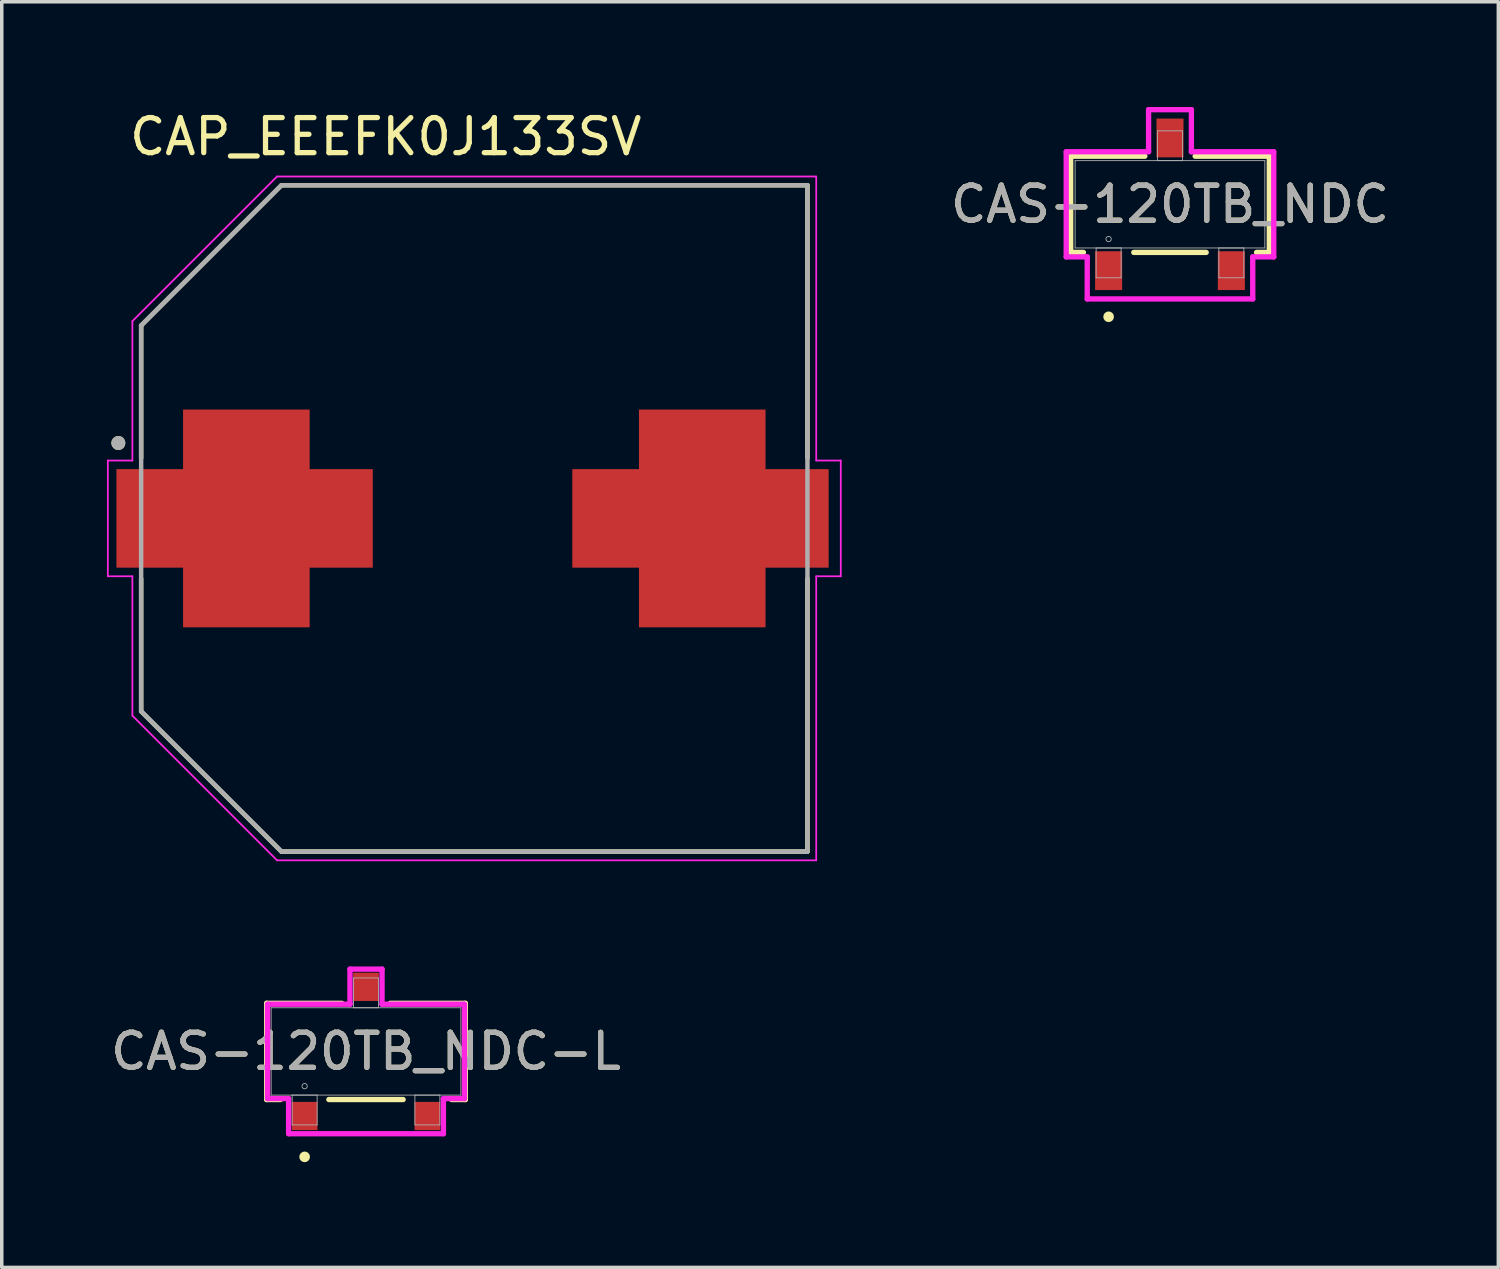
<source format=kicad_pcb>
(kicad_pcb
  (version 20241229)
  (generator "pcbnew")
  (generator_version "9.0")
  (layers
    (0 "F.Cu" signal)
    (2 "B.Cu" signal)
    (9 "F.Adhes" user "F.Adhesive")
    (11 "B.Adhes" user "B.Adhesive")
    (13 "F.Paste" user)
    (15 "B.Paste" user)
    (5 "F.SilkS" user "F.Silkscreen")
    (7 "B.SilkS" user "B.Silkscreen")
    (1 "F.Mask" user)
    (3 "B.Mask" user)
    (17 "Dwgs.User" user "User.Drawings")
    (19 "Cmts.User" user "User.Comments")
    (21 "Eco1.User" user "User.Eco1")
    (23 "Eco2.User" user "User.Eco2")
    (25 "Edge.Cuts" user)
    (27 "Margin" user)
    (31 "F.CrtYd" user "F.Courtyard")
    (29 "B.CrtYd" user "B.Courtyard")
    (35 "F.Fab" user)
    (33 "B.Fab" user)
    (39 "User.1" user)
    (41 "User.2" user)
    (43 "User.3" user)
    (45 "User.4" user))
  (footprint "CAS-120TB_NDC-L"
    (layer "F.Cu")
    (at 7.387 26.932)
    (property "Reference" "CAS-120TB_NDC-L" (at 0 0 0) (unlocked yes) (layer "F.SilkS") (effects (font (size 1 1) (thickness 0.15))))
    (attr smd)
    (fp_line (start -2.832 -1.372) (end -2.832 1.372) (stroke (width 0.152) (type solid)) (layer "F.SilkS"))
    (fp_line (start -2.832 1.372) (end -2.441 1.372) (stroke (width 0.152) (type solid)) (layer "F.SilkS"))
    (fp_line (start -1.059 1.372) (end 1.059 1.372) (stroke (width 0.152) (type solid)) (layer "F.SilkS"))
    (fp_line (start -0.691 -1.372) (end -2.832 -1.372) (stroke (width 0.152) (type solid)) (layer "F.SilkS"))
    (fp_line (start 2.441 1.372) (end 2.832 1.372) (stroke (width 0.152) (type solid)) (layer "F.SilkS"))
    (fp_line (start 2.832 -1.372) (end 0.691 -1.372) (stroke (width 0.152) (type solid)) (layer "F.SilkS"))
    (fp_line (start 2.832 1.372) (end 2.832 -1.372) (stroke (width 0.152) (type solid)) (layer "F.SilkS"))
    (fp_circle (center -1.75 3.007) (end -1.674 3.007) (stroke (width 0.152) (type solid)) (fill no) (layer "F.SilkS"))
    (fp_line (start -2.807 -1.346) (end -0.457 -1.346) (stroke (width 0.152) (type solid)) (layer "F.CrtYd"))
    (fp_line (start -2.807 1.346) (end -2.807 -1.346) (stroke (width 0.152) (type solid)) (layer "F.CrtYd"))
    (fp_line (start -2.807 1.346) (end -2.207 1.346) (stroke (width 0.152) (type solid)) (layer "F.CrtYd"))
    (fp_line (start -2.207 1.346) (end -2.207 2.347) (stroke (width 0.152) (type solid)) (layer "F.CrtYd"))
    (fp_line (start -2.207 2.347) (end 2.207 2.347) (stroke (width 0.152) (type solid)) (layer "F.CrtYd"))
    (fp_line (start -0.457 -2.347) (end 0.457 -2.347) (stroke (width 0.152) (type solid)) (layer "F.CrtYd"))
    (fp_line (start -0.457 -1.346) (end -0.457 -2.347) (stroke (width 0.152) (type solid)) (layer "F.CrtYd"))
    (fp_line (start 0.457 -1.346) (end 0.457 -2.347) (stroke (width 0.152) (type solid)) (layer "F.CrtYd"))
    (fp_line (start 2.207 1.346) (end 2.207 2.347) (stroke (width 0.152) (type solid)) (layer "F.CrtYd"))
    (fp_line (start 2.807 -1.346) (end 0.457 -1.346) (stroke (width 0.152) (type solid)) (layer "F.CrtYd"))
    (fp_line (start 2.807 -1.346) (end 2.807 1.346) (stroke (width 0.152) (type solid)) (layer "F.CrtYd"))
    (fp_line (start 2.807 1.346) (end 2.207 1.346) (stroke (width 0.152) (type solid)) (layer "F.CrtYd"))
    (fp_line (start -2.705 -1.245) (end -2.705 1.245) (stroke (width 0.025) (type solid)) (layer "F.Fab"))
    (fp_line (start -2.705 1.245) (end 2.705 1.245) (stroke (width 0.025) (type solid)) (layer "F.Fab"))
    (fp_line (start -2.106 1.245) (end -2.106 2.095) (stroke (width 0.025) (type solid)) (layer "F.Fab"))
    (fp_line (start -2.106 2.095) (end -1.394 2.095) (stroke (width 0.025) (type solid)) (layer "F.Fab"))
    (fp_line (start -1.394 1.245) (end -2.106 1.245) (stroke (width 0.025) (type solid)) (layer "F.Fab"))
    (fp_line (start -1.394 2.095) (end -1.394 1.245) (stroke (width 0.025) (type solid)) (layer "F.Fab"))
    (fp_line (start -0.356 -2.095) (end -0.356 -1.245) (stroke (width 0.025) (type solid)) (layer "F.Fab"))
    (fp_line (start -0.356 -1.245) (end 0.356 -1.245) (stroke (width 0.025) (type solid)) (layer "F.Fab"))
    (fp_line (start 0.356 -2.095) (end -0.356 -2.095) (stroke (width 0.025) (type solid)) (layer "F.Fab"))
    (fp_line (start 0.356 -1.245) (end 0.356 -2.095) (stroke (width 0.025) (type solid)) (layer "F.Fab"))
    (fp_line (start 1.394 1.245) (end 1.394 2.095) (stroke (width 0.025) (type solid)) (layer "F.Fab"))
    (fp_line (start 1.394 2.095) (end 2.106 2.095) (stroke (width 0.025) (type solid)) (layer "F.Fab"))
    (fp_line (start 2.106 1.245) (end 1.394 1.245) (stroke (width 0.025) (type solid)) (layer "F.Fab"))
    (fp_line (start 2.106 2.095) (end 2.106 1.245) (stroke (width 0.025) (type solid)) (layer "F.Fab"))
    (fp_line (start 2.705 -1.245) (end -2.705 -1.245) (stroke (width 0.025) (type solid)) (layer "F.Fab"))
    (fp_line (start 2.705 1.245) (end 2.705 -1.245) (stroke (width 0.025) (type solid)) (layer "F.Fab"))
    (fp_circle (center -1.75 0.991) (end -1.674 0.991) (stroke (width 0.025) (type solid)) (fill no) (layer "F.Fab"))
    (fp_text user "${REFERENCE}" (at 0 0 0) (unlocked yes) (layer "F.Fab") (effects (font (size 1 1) (thickness 0.15))))
    (pad "1" smd rect (at -1.75 1.842) (size 0.731 0.806) (layers "F.Cu" "F.Mask" "F.Paste"))
    (pad "2" smd rect (at 1.75 1.842) (size 0.731 0.806) (layers "F.Cu" "F.Mask" "F.Paste"))
    (pad "3" smd rect (at 0 -1.842) (size 0.731 0.806) (layers "F.Cu" "F.Mask" "F.Paste")))
  (footprint "CAS-120TB_NDC"
    (layer "F.Cu")
    (at 30.313 2.776)
    (property "Reference" "CAS-120TB_NDC" (at 0 0 0) (unlocked yes) (layer "F.SilkS") (effects (font (size 1 1) (thickness 0.15))))
    (attr smd)
    (fp_line (start -2.832 -1.372) (end -2.832 1.372) (stroke (width 0.152) (type solid)) (layer "F.SilkS"))
    (fp_line (start -2.832 1.372) (end -2.468 1.372) (stroke (width 0.152) (type solid)) (layer "F.SilkS"))
    (fp_line (start -1.032 1.372) (end 1.032 1.372) (stroke (width 0.152) (type solid)) (layer "F.SilkS"))
    (fp_line (start -0.718 -1.372) (end -2.832 -1.372) (stroke (width 0.152) (type solid)) (layer "F.SilkS"))
    (fp_line (start 2.468 1.372) (end 2.832 1.372) (stroke (width 0.152) (type solid)) (layer "F.SilkS"))
    (fp_line (start 2.832 -1.372) (end 0.718 -1.372) (stroke (width 0.152) (type solid)) (layer "F.SilkS"))
    (fp_line (start 2.832 1.372) (end 2.832 -1.372) (stroke (width 0.152) (type solid)) (layer "F.SilkS"))
    (fp_circle (center -1.75 3.207) (end -1.674 3.207) (stroke (width 0.152) (type solid)) (fill no) (layer "F.SilkS"))
    (fp_line (start -2.959 -1.499) (end -0.61 -1.499) (stroke (width 0.152) (type solid)) (layer "F.CrtYd"))
    (fp_line (start -2.959 1.499) (end -2.959 -1.499) (stroke (width 0.152) (type solid)) (layer "F.CrtYd"))
    (fp_line (start -2.959 1.499) (end -2.36 1.499) (stroke (width 0.152) (type solid)) (layer "F.CrtYd"))
    (fp_line (start -2.36 1.499) (end -2.36 2.699) (stroke (width 0.152) (type solid)) (layer "F.CrtYd"))
    (fp_line (start -2.36 2.699) (end 2.36 2.699) (stroke (width 0.152) (type solid)) (layer "F.CrtYd"))
    (fp_line (start -0.61 -2.699) (end 0.61 -2.699) (stroke (width 0.152) (type solid)) (layer "F.CrtYd"))
    (fp_line (start -0.61 -1.499) (end -0.61 -2.699) (stroke (width 0.152) (type solid)) (layer "F.CrtYd"))
    (fp_line (start 0.61 -1.499) (end 0.61 -2.699) (stroke (width 0.152) (type solid)) (layer "F.CrtYd"))
    (fp_line (start 2.36 1.499) (end 2.36 2.699) (stroke (width 0.152) (type solid)) (layer "F.CrtYd"))
    (fp_line (start 2.959 -1.499) (end 0.61 -1.499) (stroke (width 0.152) (type solid)) (layer "F.CrtYd"))
    (fp_line (start 2.959 -1.499) (end 2.959 1.499) (stroke (width 0.152) (type solid)) (layer "F.CrtYd"))
    (fp_line (start 2.959 1.499) (end 2.36 1.499) (stroke (width 0.152) (type solid)) (layer "F.CrtYd"))
    (fp_line (start -2.705 -1.245) (end -2.705 1.245) (stroke (width 0.025) (type solid)) (layer "F.Fab"))
    (fp_line (start -2.705 1.245) (end 2.705 1.245) (stroke (width 0.025) (type solid)) (layer "F.Fab"))
    (fp_line (start -2.106 1.245) (end -2.106 2.095) (stroke (width 0.025) (type solid)) (layer "F.Fab"))
    (fp_line (start -2.106 2.095) (end -1.394 2.095) (stroke (width 0.025) (type solid)) (layer "F.Fab"))
    (fp_line (start -1.394 1.245) (end -2.106 1.245) (stroke (width 0.025) (type solid)) (layer "F.Fab"))
    (fp_line (start -1.394 2.095) (end -1.394 1.245) (stroke (width 0.025) (type solid)) (layer "F.Fab"))
    (fp_line (start -0.356 -2.095) (end -0.356 -1.245) (stroke (width 0.025) (type solid)) (layer "F.Fab"))
    (fp_line (start -0.356 -1.245) (end 0.356 -1.245) (stroke (width 0.025) (type solid)) (layer "F.Fab"))
    (fp_line (start 0.356 -2.095) (end -0.356 -2.095) (stroke (width 0.025) (type solid)) (layer "F.Fab"))
    (fp_line (start 0.356 -1.245) (end 0.356 -2.095) (stroke (width 0.025) (type solid)) (layer "F.Fab"))
    (fp_line (start 1.394 1.245) (end 1.394 2.095) (stroke (width 0.025) (type solid)) (layer "F.Fab"))
    (fp_line (start 1.394 2.095) (end 2.106 2.095) (stroke (width 0.025) (type solid)) (layer "F.Fab"))
    (fp_line (start 2.106 1.245) (end 1.394 1.245) (stroke (width 0.025) (type solid)) (layer "F.Fab"))
    (fp_line (start 2.106 2.095) (end 2.106 1.245) (stroke (width 0.025) (type solid)) (layer "F.Fab"))
    (fp_line (start 2.705 -1.245) (end -2.705 -1.245) (stroke (width 0.025) (type solid)) (layer "F.Fab"))
    (fp_line (start 2.705 1.245) (end 2.705 -1.245) (stroke (width 0.025) (type solid)) (layer "F.Fab"))
    (fp_circle (center -1.75 0.991) (end -1.674 0.991) (stroke (width 0.025) (type solid)) (fill no) (layer "F.Fab"))
    (fp_text user "${REFERENCE}" (at 0 0 0) (unlocked yes) (layer "F.Fab") (effects (font (size 1 1) (thickness 0.15))))
    (pad "1" smd rect (at -1.75 1.892) (size 0.771 1.106) (layers "F.Cu" "F.Mask" "F.Paste"))
    (pad "2" smd rect (at 1.75 1.892) (size 0.771 1.106) (layers "F.Cu" "F.Mask" "F.Paste"))
    (pad "3" smd rect (at 0 -1.892) (size 0.771 1.106) (layers "F.Cu" "F.Mask" "F.Paste")))
  (footprint "CAP_EEEFK0J133SV"
    (layer "F.Cu")
    (at 10.475 11.733)
    (property "Reference" "CAP_EEEFK0J133SV" (at -2.525 -10.885 0) (layer "F.SilkS") (effects (font (size 1 1) (thickness 0.15))))
    (attr smd)
    (fp_poly (pts (xy -8.4 3.2) (xy -8.4 1.5) (xy -10.3 1.5) (xy -10.3 -1.5) (xy -8.4 -1.5) (xy -8.4 -3.2) (xy -4.6 -3.2) (xy -4.6 -1.5) (xy -2.8 -1.5) (xy -2.8 1.5) (xy -4.6 1.5) (xy -4.6 3.2)) (stroke (width 0.01) (type solid)) (fill yes) (layer "F.Mask"))
    (fp_poly (pts (xy 8.4 3.2) (xy 8.4 1.5) (xy 10.3 1.5) (xy 10.3 -1.5) (xy 8.4 -1.5) (xy 8.4 -3.2) (xy 4.6 -3.2) (xy 4.6 -1.5) (xy 2.8 -1.5) (xy 2.8 1.5) (xy 4.6 1.5) (xy 4.6 3.2)) (stroke (width 0.01) (type solid)) (fill yes) (layer "F.Mask"))
    (fp_line (start -9.5 -5.5) (end -9.5 -1.72) (stroke (width 0.127) (type solid)) (layer "F.SilkS"))
    (fp_line (start -9.5 1.72) (end -9.5 5.5) (stroke (width 0.127) (type solid)) (layer "F.SilkS"))
    (fp_line (start -9.5 5.5) (end -5.5 9.5) (stroke (width 0.127) (type solid)) (layer "F.SilkS"))
    (fp_line (start -5.5 -9.5) (end -9.5 -5.5) (stroke (width 0.127) (type solid)) (layer "F.SilkS"))
    (fp_line (start -5.5 9.5) (end 9.5 9.5) (stroke (width 0.127) (type solid)) (layer "F.SilkS"))
    (fp_line (start 9.5 -9.5) (end -5.5 -9.5) (stroke (width 0.127) (type solid)) (layer "F.SilkS"))
    (fp_line (start 9.5 -1.72) (end 9.5 -9.5) (stroke (width 0.127) (type solid)) (layer "F.SilkS"))
    (fp_line (start 9.5 9.5) (end 9.5 1.72) (stroke (width 0.127) (type solid)) (layer "F.SilkS"))
    (fp_circle (center -10.15 -2.15) (end -10.05 -2.15) (stroke (width 0.2) (type solid)) (fill no) (layer "F.SilkS"))
    (fp_poly (pts (xy -8.3 3.1) (xy -8.3 1.4) (xy -10.2 1.4) (xy -10.2 -1.4) (xy -8.3 -1.4) (xy -8.3 -3.1) (xy -4.7 -3.1) (xy -4.7 -1.4) (xy -2.9 -1.4) (xy -2.9 1.4) (xy -4.7 1.4) (xy -4.7 3.1)) (stroke (width 0.01) (type solid)) (fill yes) (layer "F.Paste"))
    (fp_poly (pts (xy 8.3 3.1) (xy 8.3 1.4) (xy 10.2 1.4) (xy 10.2 -1.4) (xy 8.3 -1.4) (xy 8.3 -3.1) (xy 4.7 -3.1) (xy 4.7 -1.4) (xy 2.9 -1.4) (xy 2.9 1.4) (xy 4.7 1.4) (xy 4.7 3.1)) (stroke (width 0.01) (type solid)) (fill yes) (layer "F.Paste"))
    (fp_line (start -10.45 -1.65) (end -9.75 -1.65) (stroke (width 0.05) (type solid)) (layer "F.CrtYd"))
    (fp_line (start -10.45 1.65) (end -10.45 -1.65) (stroke (width 0.05) (type solid)) (layer "F.CrtYd"))
    (fp_line (start -9.75 -5.625) (end -5.625 -9.75) (stroke (width 0.05) (type solid)) (layer "F.CrtYd"))
    (fp_line (start -9.75 -1.65) (end -9.75 -5.625) (stroke (width 0.05) (type solid)) (layer "F.CrtYd"))
    (fp_line (start -9.75 1.65) (end -10.45 1.65) (stroke (width 0.05) (type solid)) (layer "F.CrtYd"))
    (fp_line (start -9.75 5.625) (end -9.75 1.65) (stroke (width 0.05) (type solid)) (layer "F.CrtYd"))
    (fp_line (start -5.625 -9.75) (end 9.75 -9.75) (stroke (width 0.05) (type solid)) (layer "F.CrtYd"))
    (fp_line (start -5.625 9.75) (end -9.75 5.625) (stroke (width 0.05) (type solid)) (layer "F.CrtYd"))
    (fp_line (start 9.75 -9.75) (end 9.75 -1.65) (stroke (width 0.05) (type solid)) (layer "F.CrtYd"))
    (fp_line (start 9.75 -1.65) (end 10.45 -1.65) (stroke (width 0.05) (type solid)) (layer "F.CrtYd"))
    (fp_line (start 9.75 1.65) (end 9.75 9.75) (stroke (width 0.05) (type solid)) (layer "F.CrtYd"))
    (fp_line (start 9.75 9.75) (end -5.625 9.75) (stroke (width 0.05) (type solid)) (layer "F.CrtYd"))
    (fp_line (start 10.45 -1.65) (end 10.45 1.65) (stroke (width 0.05) (type solid)) (layer "F.CrtYd"))
    (fp_line (start 10.45 1.65) (end 9.75 1.65) (stroke (width 0.05) (type solid)) (layer "F.CrtYd"))
    (fp_line (start -9.5 -5.5) (end -9.5 5.5) (stroke (width 0.127) (type solid)) (layer "F.Fab"))
    (fp_line (start -9.5 5.5) (end -5.5 9.5) (stroke (width 0.127) (type solid)) (layer "F.Fab"))
    (fp_line (start -5.5 -9.5) (end -9.5 -5.5) (stroke (width 0.127) (type solid)) (layer "F.Fab"))
    (fp_line (start -5.5 9.5) (end 9.5 9.5) (stroke (width 0.127) (type solid)) (layer "F.Fab"))
    (fp_line (start 9.5 -9.5) (end -5.5 -9.5) (stroke (width 0.127) (type solid)) (layer "F.Fab"))
    (fp_line (start 9.5 9.5) (end 9.5 -9.5) (stroke (width 0.127) (type solid)) (layer "F.Fab"))
    (fp_circle (center -10.15 -2.15) (end -10.05 -2.15) (stroke (width 0.2) (type solid)) (fill no) (layer "F.Fab"))
    (pad "1" smd custom (at -6.5 0) (size 2 2) (layers "F.Cu") (options (anchor rect)) (primitives (gr_poly (pts (xy -1.8 3.1) (xy -1.8 1.4) (xy -3.7 1.4) (xy -3.7 -1.4) (xy -1.8 -1.4) (xy -1.8 -3.1) (xy 1.8 -3.1) (xy 1.8 -1.4) (xy 3.6 -1.4) (xy 3.6 1.4) (xy 1.8 1.4) (xy 1.8 3.1)) (width 0.01) (fill yes))))
    (pad "2" smd custom (at 6.5 0 180) (size 2 2) (layers "F.Cu") (options (anchor rect)) (primitives (gr_poly (pts (xy 1.8 3.1) (xy 1.8 1.4) (xy 3.7 1.4) (xy 3.7 -1.4) (xy 1.8 -1.4) (xy 1.8 -3.1) (xy -1.8 -3.1) (xy -1.8 -1.4) (xy -3.6 -1.4) (xy -3.6 1.4) (xy -1.8 1.4) (xy -1.8 3.1)) (width 0.01) (fill yes)))))
  (gr_rect
    (start -3 -3)
    (end 39.676 33.091)
    (stroke (width 0.1) (type default))
    (fill no)
    (layer "Edge.Cuts")))
</source>
